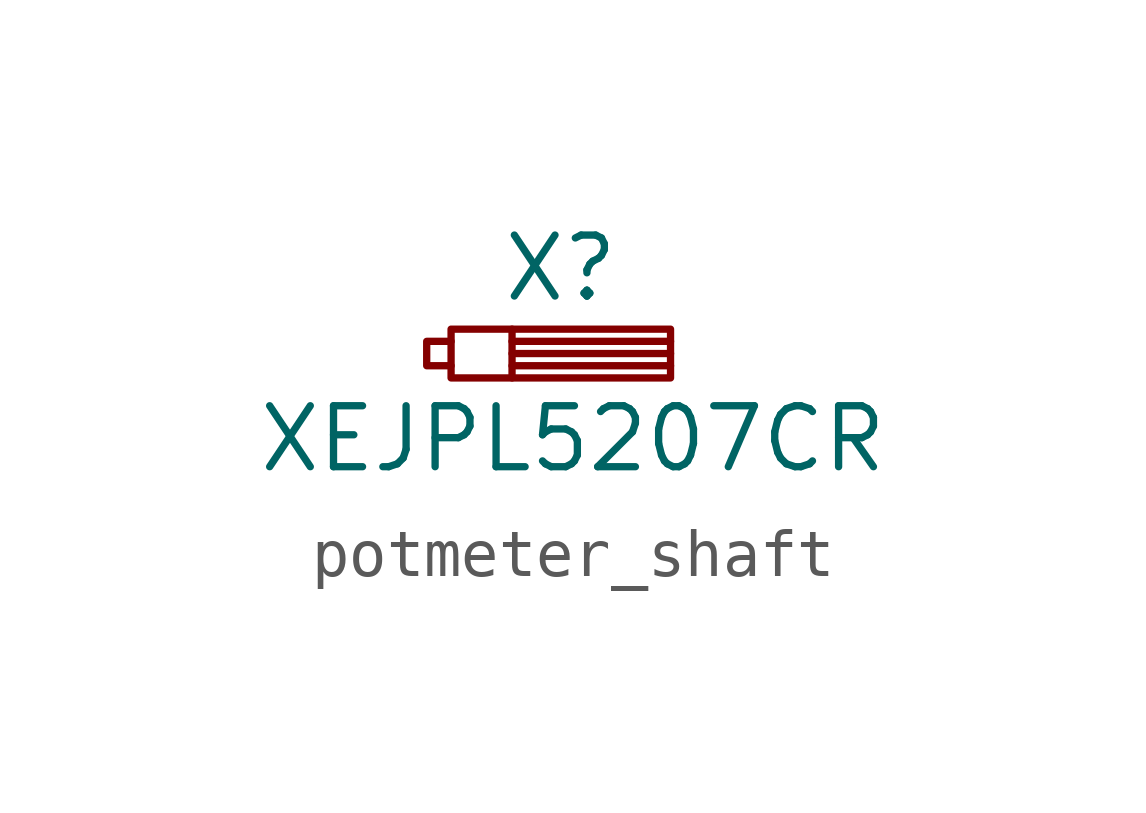
<source format=kicad_sym>
(kicad_symbol_lib
  (version 20241209)
  (generator "kicad_symbol_editor")
  (generator_version "9.0")
  (symbol "potmeter_shaft"
    (pin_numbers
      (hide yes))
    (pin_names
      (offset 0)
      (hide yes))
    (property "Reference" "X"
      (at 0 1.778 0)
      (effects (font (size 1.27 1.27))))
    (property "Value" "XEJPL5207CR"
      (at 0.254 -1.778 0)
      (effects (font (size 1.27 1.27))))
    (symbol "potmeter_shaft_0_1"
      (rectangle (start -2.286 0.508) (end 2.286 -0.508) (stroke (width 0) (type default)) (fill (type none)))
      (polyline (pts (xy -2.286 0.254) (xy -2.794 0.254) (xy -2.794 -0.254) (xy -2.286 -0.254)) (stroke (width 0) (type default)) (fill (type none)))
      (polyline (pts (xy -1.016 0.508) (xy -1.016 -0.508)) (stroke (width 0) (type default)) (fill (type none)))
      (polyline (pts (xy -1.016 0.254) (xy 2.286 0.254)) (stroke (width 0) (type default)) (fill (type none)))
      (polyline (pts (xy -1.016 0) (xy 2.286 0)) (stroke (width 0) (type default)) (fill (type none)))
      (polyline (pts (xy -1.016 -0.254) (xy 2.286 -0.254)) (stroke (width 0) (type default)) (fill (type none))))))
</source>
